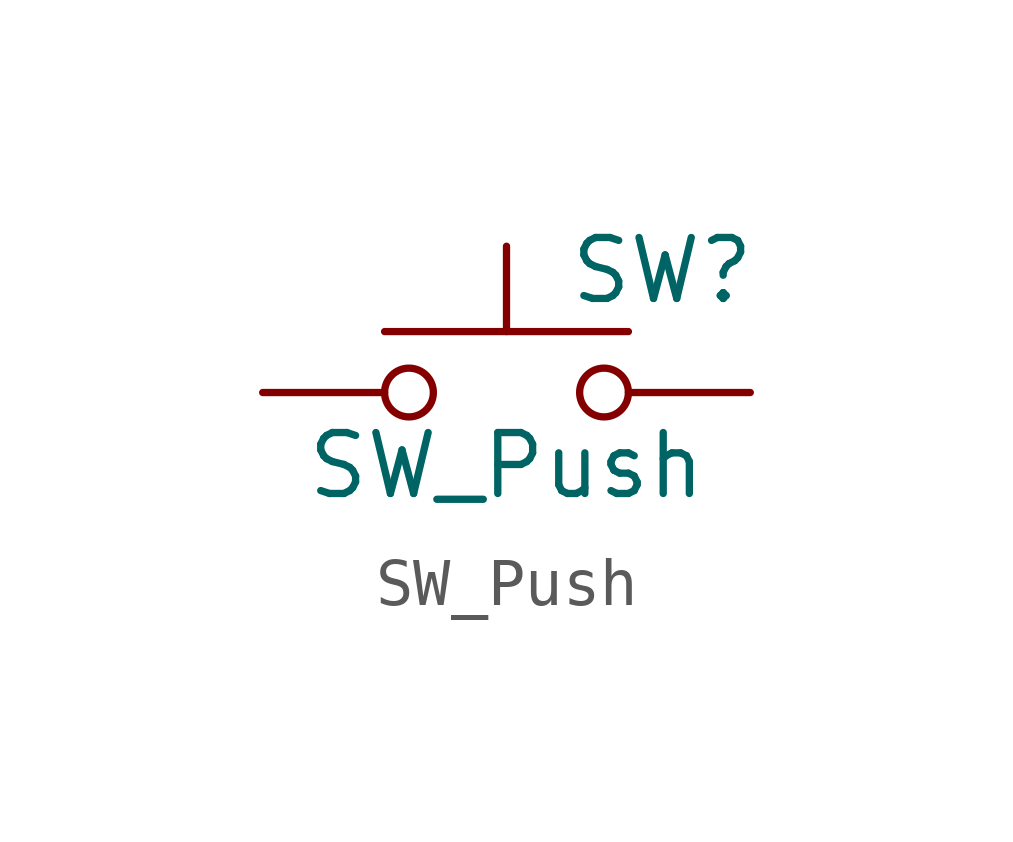
<source format=kicad_sym>
(kicad_symbol_lib
  (version 20241209)
  (generator "kicad_symbol_editor")
  (generator_version "9.0")
  (symbol "SW_Push"
    (pin_numbers
      (hide yes))
    (pin_names
      (offset 1.016)
      (hide yes))
    (property "Reference" "SW"
      (at 1.27 2.54 0)
      (effects (font (size 1.27 1.27)) (justify left)))
    (property "Value" "SW_Push"
      (at 0 -1.524 0)
      (effects (font (size 1.27 1.27))))
    (symbol "SW_Push_0_1"
      (circle (center -2.032 0) (radius 0.508) (stroke (width 0) (type default)) (fill (type none)))
      (polyline (pts (xy 0 1.27) (xy 0 3.048)) (stroke (width 0) (type default)) (fill (type none)))
      (circle (center 2.032 0) (radius 0.508) (stroke (width 0) (type default)) (fill (type none)))
      (polyline (pts (xy 2.54 1.27) (xy -2.54 1.27)) (stroke (width 0) (type default)) (fill (type none)))
      (pin passive line (at -5.08 0 0) (length 2.54) (name "1" (effects (font (size 1.27 1.27)))) (number "1" (effects (font (size 1.27 1.27))))))
    (symbol "SW_Push_1_1"
      (pin passive line (at -5.08 0 0) (length 2.54) (hide yes) (name "2" (effects (font (size 1.27 1.27)))) (number "2" (effects (font (size 1.27 1.27)))))
      (pin passive line (at 5.08 0 180) (length 2.54) (name "3" (effects (font (size 1.27 1.27)))) (number "3" (effects (font (size 1.27 1.27)))))
      (pin passive line (at 5.08 0 180) (length 2.54) (hide yes) (name "4" (effects (font (size 1.27 1.27)))) (number "4" (effects (font (size 1.27 1.27))))))))
</source>
